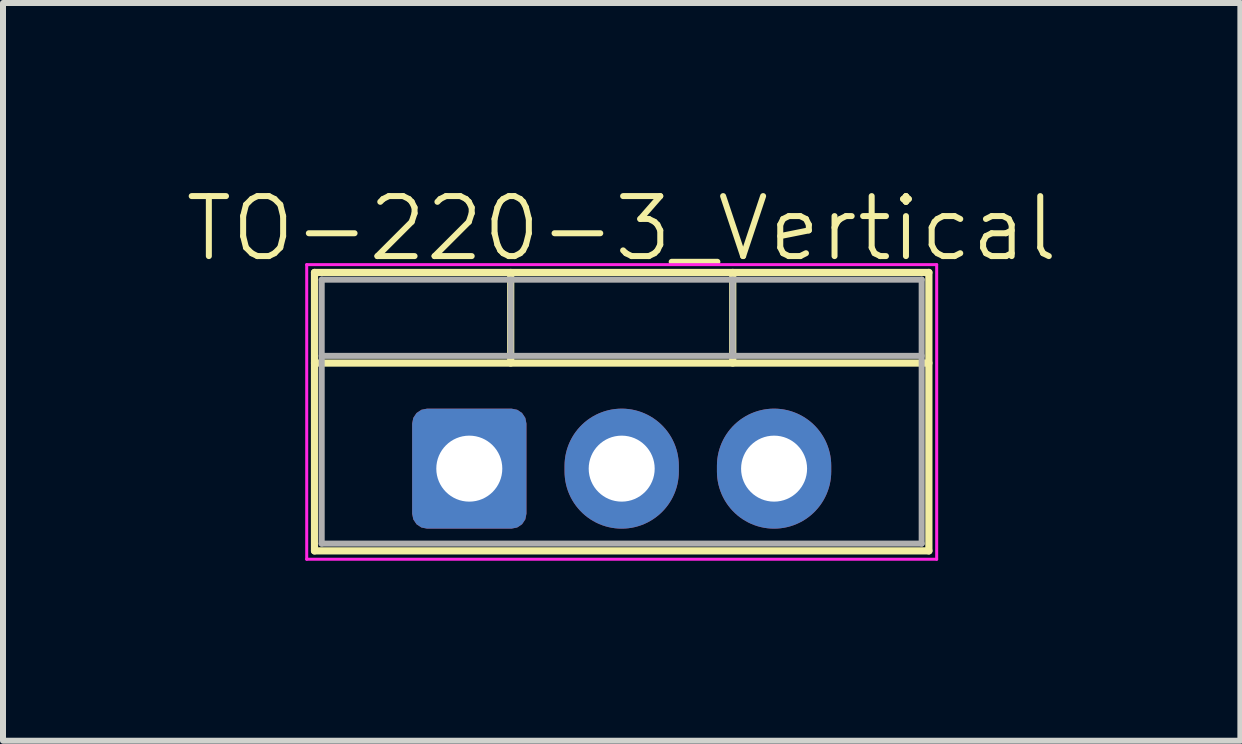
<source format=kicad_pcb>
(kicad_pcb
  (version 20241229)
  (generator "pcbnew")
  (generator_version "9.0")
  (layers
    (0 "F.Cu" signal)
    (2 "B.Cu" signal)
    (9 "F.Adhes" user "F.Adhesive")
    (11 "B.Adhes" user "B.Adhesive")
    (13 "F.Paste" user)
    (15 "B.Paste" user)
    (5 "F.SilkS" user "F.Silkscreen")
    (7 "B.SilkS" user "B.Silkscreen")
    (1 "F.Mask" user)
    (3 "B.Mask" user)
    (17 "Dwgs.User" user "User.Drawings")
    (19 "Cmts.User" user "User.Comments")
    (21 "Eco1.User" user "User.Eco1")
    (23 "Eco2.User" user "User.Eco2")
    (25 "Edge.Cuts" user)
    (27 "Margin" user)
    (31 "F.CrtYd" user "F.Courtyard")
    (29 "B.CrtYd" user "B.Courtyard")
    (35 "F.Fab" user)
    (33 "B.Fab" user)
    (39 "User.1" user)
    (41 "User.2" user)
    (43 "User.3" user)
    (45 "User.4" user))
  (footprint "TO-220-3_Vertical"
    (layer "F.Cu")
    (at 7.312 4.761)
    (property "Reference" "TO-220-3_Vertical" (at 0 -4 0) (layer "F.SilkS") (effects (font (size 1 1) (thickness 0.1))))
    (attr through_hole)
    (fp_line (start -5.12 -3.27) (end -5.12 1.371) (stroke (width 0.12) (type solid)) (layer "F.SilkS"))
    (fp_line (start -5.12 -3.27) (end 5.12 -3.27) (stroke (width 0.12) (type solid)) (layer "F.SilkS"))
    (fp_line (start -5.12 -1.76) (end 5.12 -1.76) (stroke (width 0.12) (type solid)) (layer "F.SilkS"))
    (fp_line (start -5.12 1.371) (end 5.12 1.371) (stroke (width 0.12) (type solid)) (layer "F.SilkS"))
    (fp_line (start -1.85 -3.27) (end -1.85 -1.76) (stroke (width 0.12) (type solid)) (layer "F.SilkS"))
    (fp_line (start 1.851 -3.27) (end 1.851 -1.76) (stroke (width 0.12) (type solid)) (layer "F.SilkS"))
    (fp_line (start 5.12 -3.27) (end 5.12 1.371) (stroke (width 0.12) (type solid)) (layer "F.SilkS"))
    (fp_line (start -5.25 -3.4) (end -5.25 1.51) (stroke (width 0.05) (type solid)) (layer "F.CrtYd"))
    (fp_line (start -5.25 1.51) (end 5.25 1.51) (stroke (width 0.05) (type solid)) (layer "F.CrtYd"))
    (fp_line (start 5.25 -3.4) (end -5.25 -3.4) (stroke (width 0.05) (type solid)) (layer "F.CrtYd"))
    (fp_line (start 5.25 1.51) (end 5.25 -3.4) (stroke (width 0.05) (type solid)) (layer "F.CrtYd"))
    (fp_line (start -5 -3.15) (end -5 1.25) (stroke (width 0.1) (type solid)) (layer "F.Fab"))
    (fp_line (start -5 -1.88) (end 5 -1.88) (stroke (width 0.1) (type solid)) (layer "F.Fab"))
    (fp_line (start -5 1.25) (end 5 1.25) (stroke (width 0.1) (type solid)) (layer "F.Fab"))
    (fp_line (start -1.85 -3.15) (end -1.85 -1.88) (stroke (width 0.1) (type solid)) (layer "F.Fab"))
    (fp_line (start 1.85 -3.15) (end 1.85 -1.88) (stroke (width 0.1) (type solid)) (layer "F.Fab"))
    (fp_line (start 5 -3.15) (end -5 -3.15) (stroke (width 0.1) (type solid)) (layer "F.Fab"))
    (fp_line (start 5 1.25) (end 5 -3.15) (stroke (width 0.1) (type solid)) (layer "F.Fab"))
    (pad "1" thru_hole roundrect (at -2.54 0) (size 1.905 2) (drill 1.1) (layers "*.Cu" "*.Mask") (roundrect_rratio 0.131))
    (pad "2" thru_hole oval (at 0 0) (size 1.905 2) (drill 1.1) (layers "*.Cu" "*.Mask"))
    (pad "3" thru_hole oval (at 2.54 0) (size 1.905 2) (drill 1.1) (layers "*.Cu" "*.Mask")))
  (gr_rect
    (start -3 -3)
    (end 17.624 9.296)
    (stroke (width 0.1) (type default))
    (fill no)
    (layer "Edge.Cuts")))
</source>
